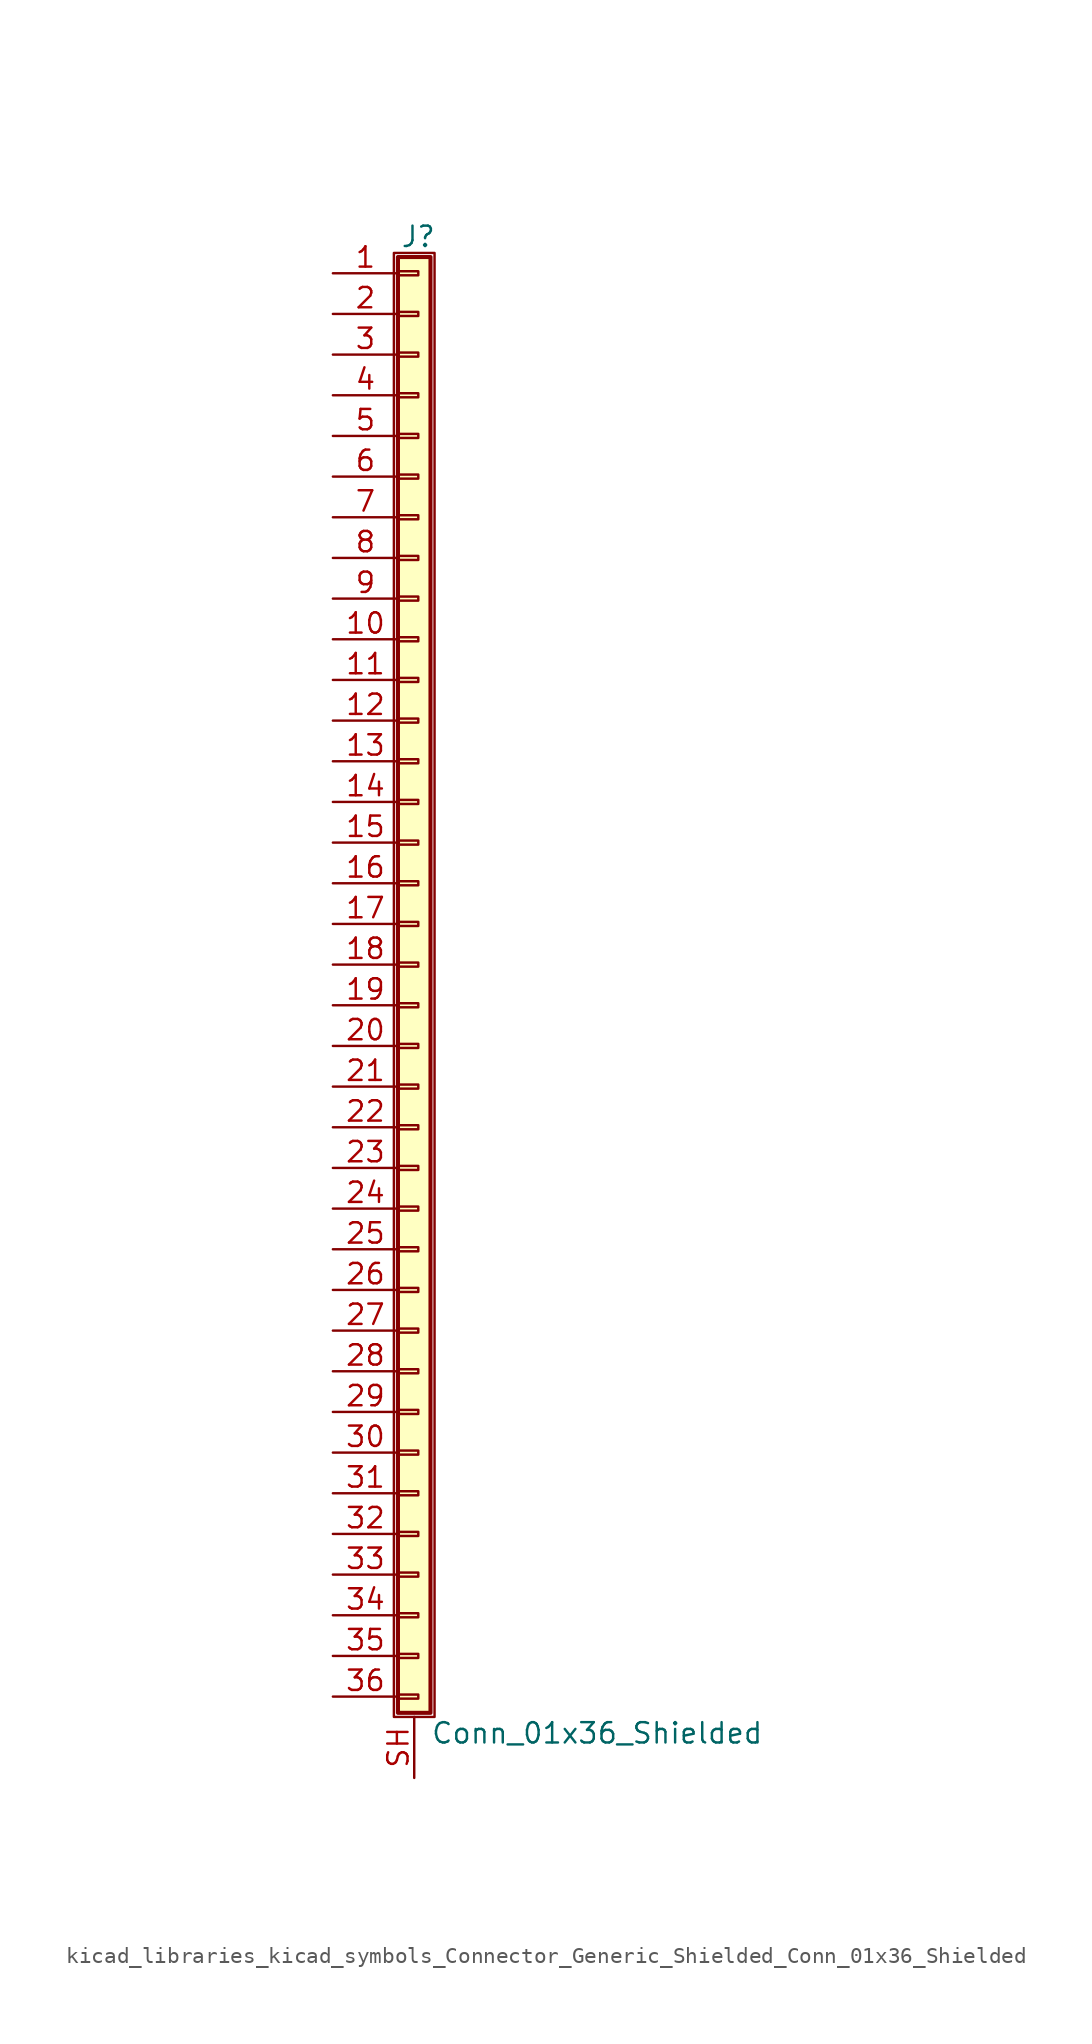
<source format=kicad_sym>
(kicad_symbol_lib
  (version 20220914)
  (generator kicad_symbol_editor)
  (symbol "kicad_libraries_kicad_symbols_Connector_Generic_Shielded_Conn_01x36_Shielded"
    (pin_names
      (offset 1.016) hide)
    (property "Reference" "J"
      (at 0.254 45.466 0)
      (effects (font (size 1.27 1.27))))
    (property "Value" "Conn_01x36_Shielded"
      (at 1.016 -48.006 0)
      (effects (font (size 1.27 1.27)) (justify left)))
    (symbol "kicad_libraries_kicad_symbols_Connector_Generic_Shielded_Conn_01x36_Shielded_1_1"
      (rectangle (start -1.27 44.45) (end 1.27 -46.99) (stroke (width 0.152) (type default)) (fill (type none)))
      (rectangle (start -1.016 -45.593) (end 0.254 -45.847) (stroke (width 0.152) (type default)) (fill (type none)))
      (rectangle (start -1.016 -43.053) (end 0.254 -43.307) (stroke (width 0.152) (type default)) (fill (type none)))
      (rectangle (start -1.016 -40.513) (end 0.254 -40.767) (stroke (width 0.152) (type default)) (fill (type none)))
      (rectangle (start -1.016 -37.973) (end 0.254 -38.227) (stroke (width 0.152) (type default)) (fill (type none)))
      (rectangle (start -1.016 -35.433) (end 0.254 -35.687) (stroke (width 0.152) (type default)) (fill (type none)))
      (rectangle (start -1.016 -32.893) (end 0.254 -33.147) (stroke (width 0.152) (type default)) (fill (type none)))
      (rectangle (start -1.016 -30.353) (end 0.254 -30.607) (stroke (width 0.152) (type default)) (fill (type none)))
      (rectangle (start -1.016 -27.813) (end 0.254 -28.067) (stroke (width 0.152) (type default)) (fill (type none)))
      (rectangle (start -1.016 -25.273) (end 0.254 -25.527) (stroke (width 0.152) (type default)) (fill (type none)))
      (rectangle (start -1.016 -22.733) (end 0.254 -22.987) (stroke (width 0.152) (type default)) (fill (type none)))
      (rectangle (start -1.016 -20.193) (end 0.254 -20.447) (stroke (width 0.152) (type default)) (fill (type none)))
      (rectangle (start -1.016 -17.653) (end 0.254 -17.907) (stroke (width 0.152) (type default)) (fill (type none)))
      (rectangle (start -1.016 -15.113) (end 0.254 -15.367) (stroke (width 0.152) (type default)) (fill (type none)))
      (rectangle (start -1.016 -12.573) (end 0.254 -12.827) (stroke (width 0.152) (type default)) (fill (type none)))
      (rectangle (start -1.016 -10.033) (end 0.254 -10.287) (stroke (width 0.152) (type default)) (fill (type none)))
      (rectangle (start -1.016 -7.493) (end 0.254 -7.747) (stroke (width 0.152) (type default)) (fill (type none)))
      (rectangle (start -1.016 -4.953) (end 0.254 -5.207) (stroke (width 0.152) (type default)) (fill (type none)))
      (rectangle (start -1.016 -2.413) (end 0.254 -2.667) (stroke (width 0.152) (type default)) (fill (type none)))
      (rectangle (start -1.016 0.127) (end 0.254 -0.127) (stroke (width 0.152) (type default)) (fill (type none)))
      (rectangle (start -1.016 2.667) (end 0.254 2.413) (stroke (width 0.152) (type default)) (fill (type none)))
      (rectangle (start -1.016 5.207) (end 0.254 4.953) (stroke (width 0.152) (type default)) (fill (type none)))
      (rectangle (start -1.016 7.747) (end 0.254 7.493) (stroke (width 0.152) (type default)) (fill (type none)))
      (rectangle (start -1.016 10.287) (end 0.254 10.033) (stroke (width 0.152) (type default)) (fill (type none)))
      (rectangle (start -1.016 12.827) (end 0.254 12.573) (stroke (width 0.152) (type default)) (fill (type none)))
      (rectangle (start -1.016 15.367) (end 0.254 15.113) (stroke (width 0.152) (type default)) (fill (type none)))
      (rectangle (start -1.016 17.907) (end 0.254 17.653) (stroke (width 0.152) (type default)) (fill (type none)))
      (rectangle (start -1.016 20.447) (end 0.254 20.193) (stroke (width 0.152) (type default)) (fill (type none)))
      (rectangle (start -1.016 22.987) (end 0.254 22.733) (stroke (width 0.152) (type default)) (fill (type none)))
      (rectangle (start -1.016 25.527) (end 0.254 25.273) (stroke (width 0.152) (type default)) (fill (type none)))
      (rectangle (start -1.016 28.067) (end 0.254 27.813) (stroke (width 0.152) (type default)) (fill (type none)))
      (rectangle (start -1.016 30.607) (end 0.254 30.353) (stroke (width 0.152) (type default)) (fill (type none)))
      (rectangle (start -1.016 33.147) (end 0.254 32.893) (stroke (width 0.152) (type default)) (fill (type none)))
      (rectangle (start -1.016 35.687) (end 0.254 35.433) (stroke (width 0.152) (type default)) (fill (type none)))
      (rectangle (start -1.016 38.227) (end 0.254 37.973) (stroke (width 0.152) (type default)) (fill (type none)))
      (rectangle (start -1.016 40.767) (end 0.254 40.513) (stroke (width 0.152) (type default)) (fill (type none)))
      (rectangle (start -1.016 43.307) (end 0.254 43.053) (stroke (width 0.152) (type default)) (fill (type none)))
      (rectangle (start -1.016 44.196) (end 1.016 -46.736) (stroke (width 0.254) (type default)) (fill (type background)))
      (pin passive line (at -5.08 43.18 0) (length 4.064) (name "Pin_1" (effects (font (size 1.27 1.27)))) (number "1" (effects (font (size 1.27 1.27)))))
      (pin passive line (at -5.08 20.32 0) (length 4.064) (name "Pin_10" (effects (font (size 1.27 1.27)))) (number "10" (effects (font (size 1.27 1.27)))))
      (pin passive line (at -5.08 17.78 0) (length 4.064) (name "Pin_11" (effects (font (size 1.27 1.27)))) (number "11" (effects (font (size 1.27 1.27)))))
      (pin passive line (at -5.08 15.24 0) (length 4.064) (name "Pin_12" (effects (font (size 1.27 1.27)))) (number "12" (effects (font (size 1.27 1.27)))))
      (pin passive line (at -5.08 12.7 0) (length 4.064) (name "Pin_13" (effects (font (size 1.27 1.27)))) (number "13" (effects (font (size 1.27 1.27)))))
      (pin passive line (at -5.08 10.16 0) (length 4.064) (name "Pin_14" (effects (font (size 1.27 1.27)))) (number "14" (effects (font (size 1.27 1.27)))))
      (pin passive line (at -5.08 7.62 0) (length 4.064) (name "Pin_15" (effects (font (size 1.27 1.27)))) (number "15" (effects (font (size 1.27 1.27)))))
      (pin passive line (at -5.08 5.08 0) (length 4.064) (name "Pin_16" (effects (font (size 1.27 1.27)))) (number "16" (effects (font (size 1.27 1.27)))))
      (pin passive line (at -5.08 2.54 0) (length 4.064) (name "Pin_17" (effects (font (size 1.27 1.27)))) (number "17" (effects (font (size 1.27 1.27)))))
      (pin passive line (at -5.08 0 0) (length 4.064) (name "Pin_18" (effects (font (size 1.27 1.27)))) (number "18" (effects (font (size 1.27 1.27)))))
      (pin passive line (at -5.08 -2.54 0) (length 4.064) (name "Pin_19" (effects (font (size 1.27 1.27)))) (number "19" (effects (font (size 1.27 1.27)))))
      (pin passive line (at -5.08 40.64 0) (length 4.064) (name "Pin_2" (effects (font (size 1.27 1.27)))) (number "2" (effects (font (size 1.27 1.27)))))
      (pin passive line (at -5.08 -5.08 0) (length 4.064) (name "Pin_20" (effects (font (size 1.27 1.27)))) (number "20" (effects (font (size 1.27 1.27)))))
      (pin passive line (at -5.08 -7.62 0) (length 4.064) (name "Pin_21" (effects (font (size 1.27 1.27)))) (number "21" (effects (font (size 1.27 1.27)))))
      (pin passive line (at -5.08 -10.16 0) (length 4.064) (name "Pin_22" (effects (font (size 1.27 1.27)))) (number "22" (effects (font (size 1.27 1.27)))))
      (pin passive line (at -5.08 -12.7 0) (length 4.064) (name "Pin_23" (effects (font (size 1.27 1.27)))) (number "23" (effects (font (size 1.27 1.27)))))
      (pin passive line (at -5.08 -15.24 0) (length 4.064) (name "Pin_24" (effects (font (size 1.27 1.27)))) (number "24" (effects (font (size 1.27 1.27)))))
      (pin passive line (at -5.08 -17.78 0) (length 4.064) (name "Pin_25" (effects (font (size 1.27 1.27)))) (number "25" (effects (font (size 1.27 1.27)))))
      (pin passive line (at -5.08 -20.32 0) (length 4.064) (name "Pin_26" (effects (font (size 1.27 1.27)))) (number "26" (effects (font (size 1.27 1.27)))))
      (pin passive line (at -5.08 -22.86 0) (length 4.064) (name "Pin_27" (effects (font (size 1.27 1.27)))) (number "27" (effects (font (size 1.27 1.27)))))
      (pin passive line (at -5.08 -25.4 0) (length 4.064) (name "Pin_28" (effects (font (size 1.27 1.27)))) (number "28" (effects (font (size 1.27 1.27)))))
      (pin passive line (at -5.08 -27.94 0) (length 4.064) (name "Pin_29" (effects (font (size 1.27 1.27)))) (number "29" (effects (font (size 1.27 1.27)))))
      (pin passive line (at -5.08 38.1 0) (length 4.064) (name "Pin_3" (effects (font (size 1.27 1.27)))) (number "3" (effects (font (size 1.27 1.27)))))
      (pin passive line (at -5.08 -30.48 0) (length 4.064) (name "Pin_30" (effects (font (size 1.27 1.27)))) (number "30" (effects (font (size 1.27 1.27)))))
      (pin passive line (at -5.08 -33.02 0) (length 4.064) (name "Pin_31" (effects (font (size 1.27 1.27)))) (number "31" (effects (font (size 1.27 1.27)))))
      (pin passive line (at -5.08 -35.56 0) (length 4.064) (name "Pin_32" (effects (font (size 1.27 1.27)))) (number "32" (effects (font (size 1.27 1.27)))))
      (pin passive line (at -5.08 -38.1 0) (length 4.064) (name "Pin_33" (effects (font (size 1.27 1.27)))) (number "33" (effects (font (size 1.27 1.27)))))
      (pin passive line (at -5.08 -40.64 0) (length 4.064) (name "Pin_34" (effects (font (size 1.27 1.27)))) (number "34" (effects (font (size 1.27 1.27)))))
      (pin passive line (at -5.08 -43.18 0) (length 4.064) (name "Pin_35" (effects (font (size 1.27 1.27)))) (number "35" (effects (font (size 1.27 1.27)))))
      (pin passive line (at -5.08 -45.72 0) (length 4.064) (name "Pin_36" (effects (font (size 1.27 1.27)))) (number "36" (effects (font (size 1.27 1.27)))))
      (pin passive line (at -5.08 35.56 0) (length 4.064) (name "Pin_4" (effects (font (size 1.27 1.27)))) (number "4" (effects (font (size 1.27 1.27)))))
      (pin passive line (at -5.08 33.02 0) (length 4.064) (name "Pin_5" (effects (font (size 1.27 1.27)))) (number "5" (effects (font (size 1.27 1.27)))))
      (pin passive line (at -5.08 30.48 0) (length 4.064) (name "Pin_6" (effects (font (size 1.27 1.27)))) (number "6" (effects (font (size 1.27 1.27)))))
      (pin passive line (at -5.08 27.94 0) (length 4.064) (name "Pin_7" (effects (font (size 1.27 1.27)))) (number "7" (effects (font (size 1.27 1.27)))))
      (pin passive line (at -5.08 25.4 0) (length 4.064) (name "Pin_8" (effects (font (size 1.27 1.27)))) (number "8" (effects (font (size 1.27 1.27)))))
      (pin passive line (at -5.08 22.86 0) (length 4.064) (name "Pin_9" (effects (font (size 1.27 1.27)))) (number "9" (effects (font (size 1.27 1.27)))))
      (pin passive line (at 0 -50.8 90) (length 3.81) (name "Shield" (effects (font (size 1.27 1.27)))) (number "SH" (effects (font (size 1.27 1.27))))))))
</source>
